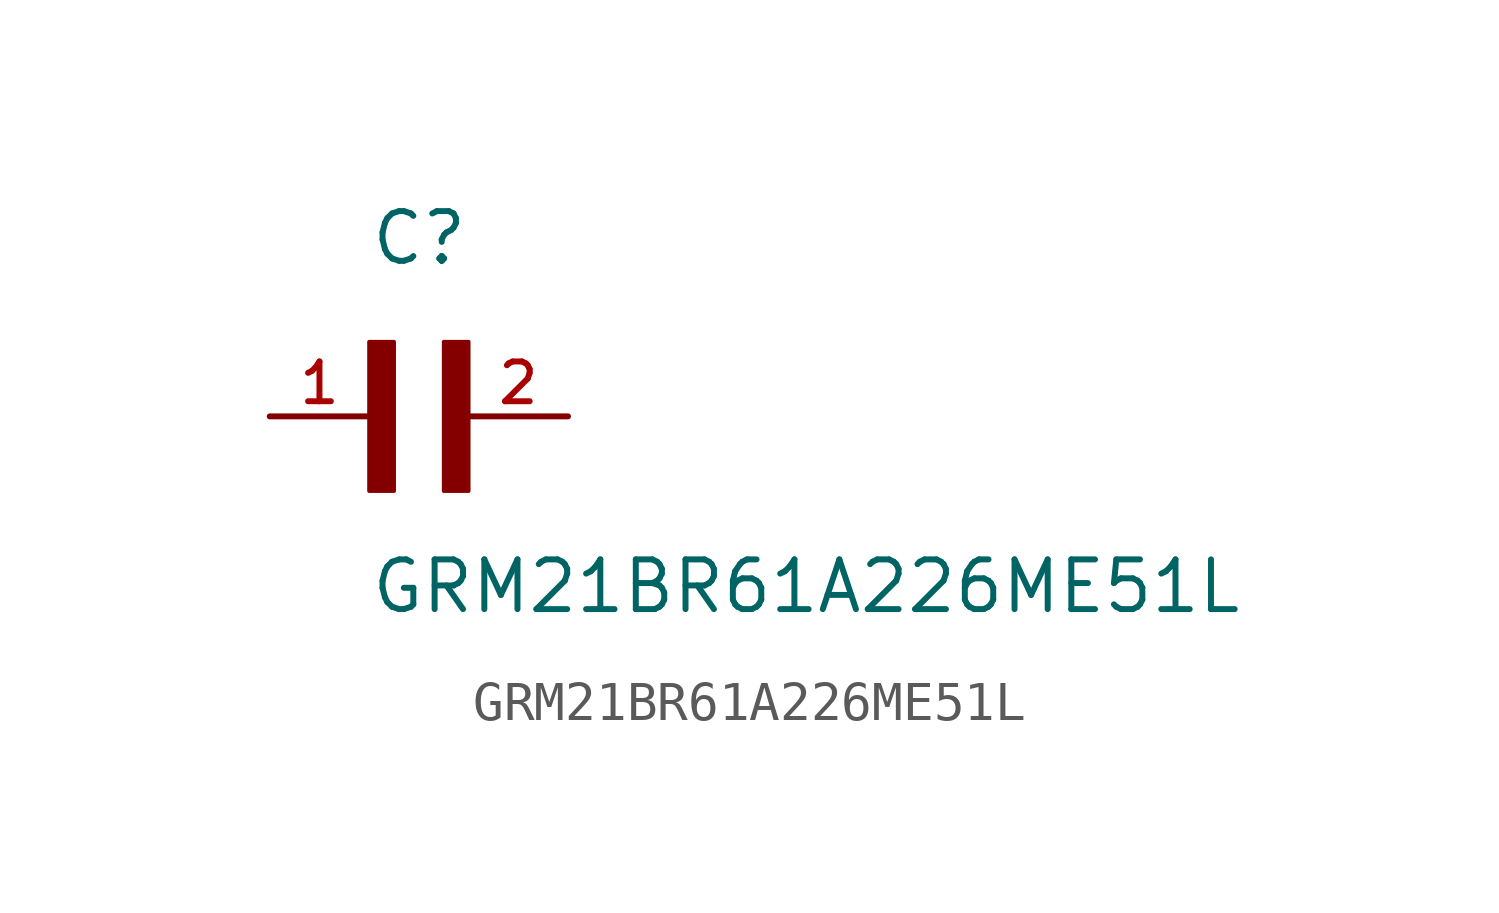
<source format=kicad_sym>
(kicad_symbol_lib
  (version 20211014)
  (generator kicad_symbol_editor)
  (symbol "GRM21BR61A226ME51L"
    (pin_names
      (offset 1.016))
    (property "Reference" "C"
      (at 0.0 3.811 0)
      (effects (font (size 1.27 1.27)) (justify bottom left)))
    (property "Value" "GRM21BR61A226ME51L"
      (at 0.0 -5.088 0)
      (effects (font (size 1.27 1.27)) (justify bottom left)))
    (symbol "GRM21BR61A226ME51L_0_0"
      (rectangle (start 0.0 -1.907) (end 0.635 1.905) (stroke (width 0.1)) (fill (type outline)))
      (rectangle (start 1.907 -1.907) (end 2.54 1.905) (stroke (width 0.1)) (fill (type outline)))
      (pin passive line (at 5.08 0.0 180.0) (length 2.54) (name "~" (effects (font (size 1.016 1.016)))) (number "2" (effects (font (size 1.016 1.016)))))
      (pin passive line (at -2.54 0.0 0) (length 2.54) (name "~" (effects (font (size 1.016 1.016)))) (number "1" (effects (font (size 1.016 1.016))))))))
</source>
